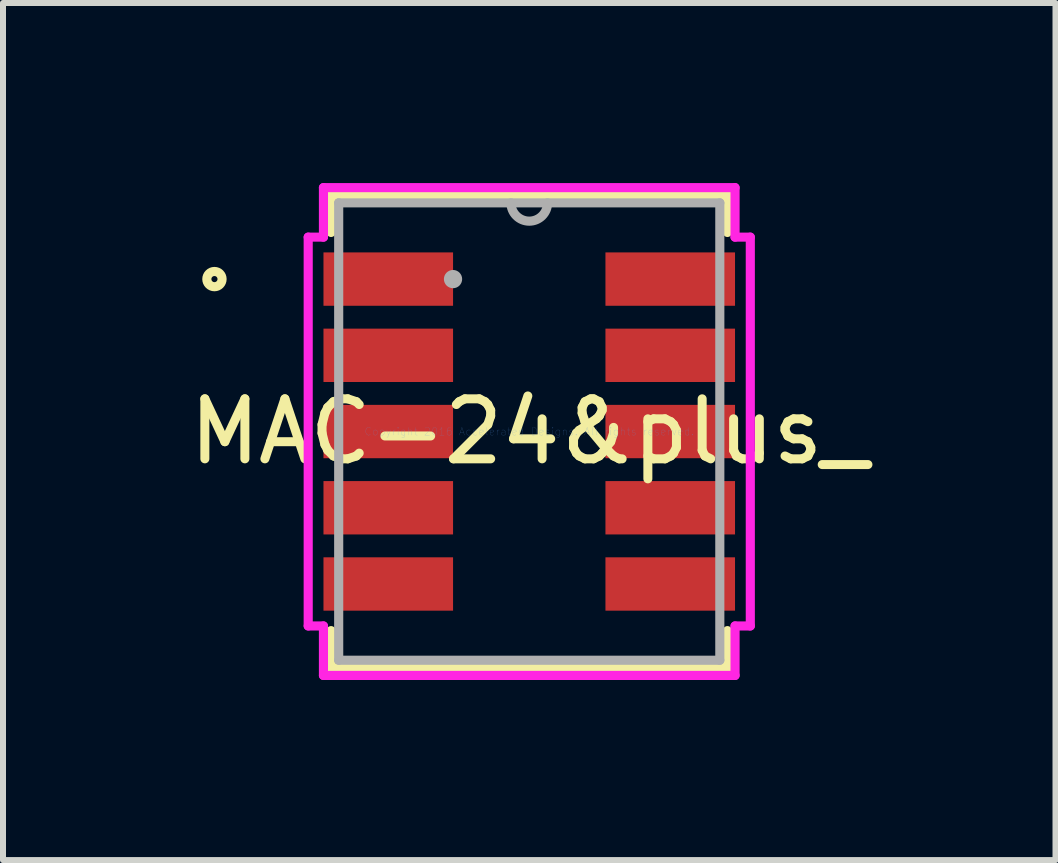
<source format=kicad_pcb>
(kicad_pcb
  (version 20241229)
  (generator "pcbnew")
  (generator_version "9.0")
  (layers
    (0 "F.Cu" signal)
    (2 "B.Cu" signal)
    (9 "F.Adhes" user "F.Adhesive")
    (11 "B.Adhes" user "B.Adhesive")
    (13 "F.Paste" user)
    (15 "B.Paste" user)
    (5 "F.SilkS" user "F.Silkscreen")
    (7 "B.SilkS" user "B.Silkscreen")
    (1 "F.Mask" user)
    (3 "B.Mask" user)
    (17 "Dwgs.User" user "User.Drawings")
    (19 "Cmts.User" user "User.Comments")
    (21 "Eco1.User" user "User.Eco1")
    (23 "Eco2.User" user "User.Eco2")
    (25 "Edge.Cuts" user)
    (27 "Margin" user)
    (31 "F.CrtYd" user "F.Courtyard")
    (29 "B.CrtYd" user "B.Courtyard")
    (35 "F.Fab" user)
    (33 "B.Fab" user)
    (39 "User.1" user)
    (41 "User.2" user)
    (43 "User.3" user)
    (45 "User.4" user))
  (footprint "MAC-24&plus_"
    (layer "F.Cu")
    (at 5.768 4.14)
    (property "Reference" "MAC-24&plus_" (at 0 0 0) (layer "F.SilkS") (effects (font (size 1 1) (thickness 0.15))))
    (attr through_hole)
    (fp_line (start -3.302 -3.937) (end -3.302 -3.317) (stroke (width 0.152) (type solid)) (layer "F.SilkS"))
    (fp_line (start -3.302 3.317) (end -3.302 3.937) (stroke (width 0.152) (type solid)) (layer "F.SilkS"))
    (fp_line (start -3.302 3.937) (end 3.302 3.937) (stroke (width 0.152) (type solid)) (layer "F.SilkS"))
    (fp_line (start 3.302 -3.937) (end -3.302 -3.937) (stroke (width 0.152) (type solid)) (layer "F.SilkS"))
    (fp_line (start 3.302 -3.317) (end 3.302 -3.937) (stroke (width 0.152) (type solid)) (layer "F.SilkS"))
    (fp_line (start 3.302 3.937) (end 3.302 3.317) (stroke (width 0.152) (type solid)) (layer "F.SilkS"))
    (fp_circle (center -5.245 -2.54) (end -5.118 -2.54) (stroke (width 0.152) (type solid)) (fill no) (layer "F.SilkS"))
    (fp_line (start -3.683 -3.239) (end -3.429 -3.239) (stroke (width 0.152) (type solid)) (layer "F.CrtYd"))
    (fp_line (start -3.683 3.239) (end -3.683 -3.239) (stroke (width 0.152) (type solid)) (layer "F.CrtYd"))
    (fp_line (start -3.683 3.239) (end -3.429 3.239) (stroke (width 0.152) (type solid)) (layer "F.CrtYd"))
    (fp_line (start -3.429 -4.064) (end 3.429 -4.064) (stroke (width 0.152) (type solid)) (layer "F.CrtYd"))
    (fp_line (start -3.429 -3.239) (end -3.429 -4.064) (stroke (width 0.152) (type solid)) (layer "F.CrtYd"))
    (fp_line (start -3.429 4.064) (end -3.429 3.239) (stroke (width 0.152) (type solid)) (layer "F.CrtYd"))
    (fp_line (start 3.429 -4.064) (end 3.429 -3.239) (stroke (width 0.152) (type solid)) (layer "F.CrtYd"))
    (fp_line (start 3.429 3.239) (end 3.429 4.064) (stroke (width 0.152) (type solid)) (layer "F.CrtYd"))
    (fp_line (start 3.429 4.064) (end -3.429 4.064) (stroke (width 0.152) (type solid)) (layer "F.CrtYd"))
    (fp_line (start 3.683 -3.239) (end 3.429 -3.239) (stroke (width 0.152) (type solid)) (layer "F.CrtYd"))
    (fp_line (start 3.683 -3.239) (end 3.683 3.239) (stroke (width 0.152) (type solid)) (layer "F.CrtYd"))
    (fp_line (start 3.683 3.239) (end 3.429 3.239) (stroke (width 0.152) (type solid)) (layer "F.CrtYd"))
    (fp_line (start -3.175 -3.81) (end -3.175 3.81) (stroke (width 0.152) (type solid)) (layer "F.Fab"))
    (fp_line (start -3.175 3.81) (end 3.175 3.81) (stroke (width 0.152) (type solid)) (layer "F.Fab"))
    (fp_line (start 3.175 -3.81) (end -3.175 -3.81) (stroke (width 0.152) (type solid)) (layer "F.Fab"))
    (fp_line (start 3.175 3.81) (end 3.175 -3.81) (stroke (width 0.152) (type solid)) (layer "F.Fab"))
    (fp_arc (start 0.3048 -3.81) (mid 0 -3.5052) (end -0.3048 -3.81) (stroke (width 0.1524) (type solid)) (layer "F.Fab"))
    (fp_circle (center -1.27 -2.54) (end -1.194 -2.54) (stroke (width 0.152) (type solid)) (fill no) (layer "F.Fab"))
    (fp_text user "Copyright 2016 Accelerated Designs. All rights reserved." (at 0 0 0) (layer "Cmts.User") (effects (font (size 0.127 0.127) (thickness 0.002))))
    (pad "1" smd rect (at -2.349 -2.54) (size 2.159 0.889) (layers "F.Cu" "F.Mask" "F.Paste"))
    (pad "2" smd rect (at -2.349 -1.27) (size 2.159 0.889) (layers "F.Cu" "F.Mask" "F.Paste"))
    (pad "3" smd rect (at -2.349 0) (size 2.159 0.889) (layers "F.Cu" "F.Mask" "F.Paste"))
    (pad "4" smd rect (at -2.349 1.27) (size 2.159 0.889) (layers "F.Cu" "F.Mask" "F.Paste"))
    (pad "5" smd rect (at -2.349 2.54) (size 2.159 0.889) (layers "F.Cu" "F.Mask" "F.Paste"))
    (pad "6" smd rect (at 2.349 2.54) (size 2.159 0.889) (layers "F.Cu" "F.Mask" "F.Paste"))
    (pad "7" smd rect (at 2.349 1.27) (size 2.159 0.889) (layers "F.Cu" "F.Mask" "F.Paste"))
    (pad "8" smd rect (at 2.349 0) (size 2.159 0.889) (layers "F.Cu" "F.Mask" "F.Paste"))
    (pad "9" smd rect (at 2.349 -1.27) (size 2.159 0.889) (layers "F.Cu" "F.Mask" "F.Paste"))
    (pad "10" smd rect (at 2.349 -2.54) (size 2.159 0.889) (layers "F.Cu" "F.Mask" "F.Paste")))
  (gr_rect
    (start -3 -3)
    (end 14.536 11.28)
    (stroke (width 0.1) (type default))
    (fill no)
    (layer "Edge.Cuts")))
</source>
